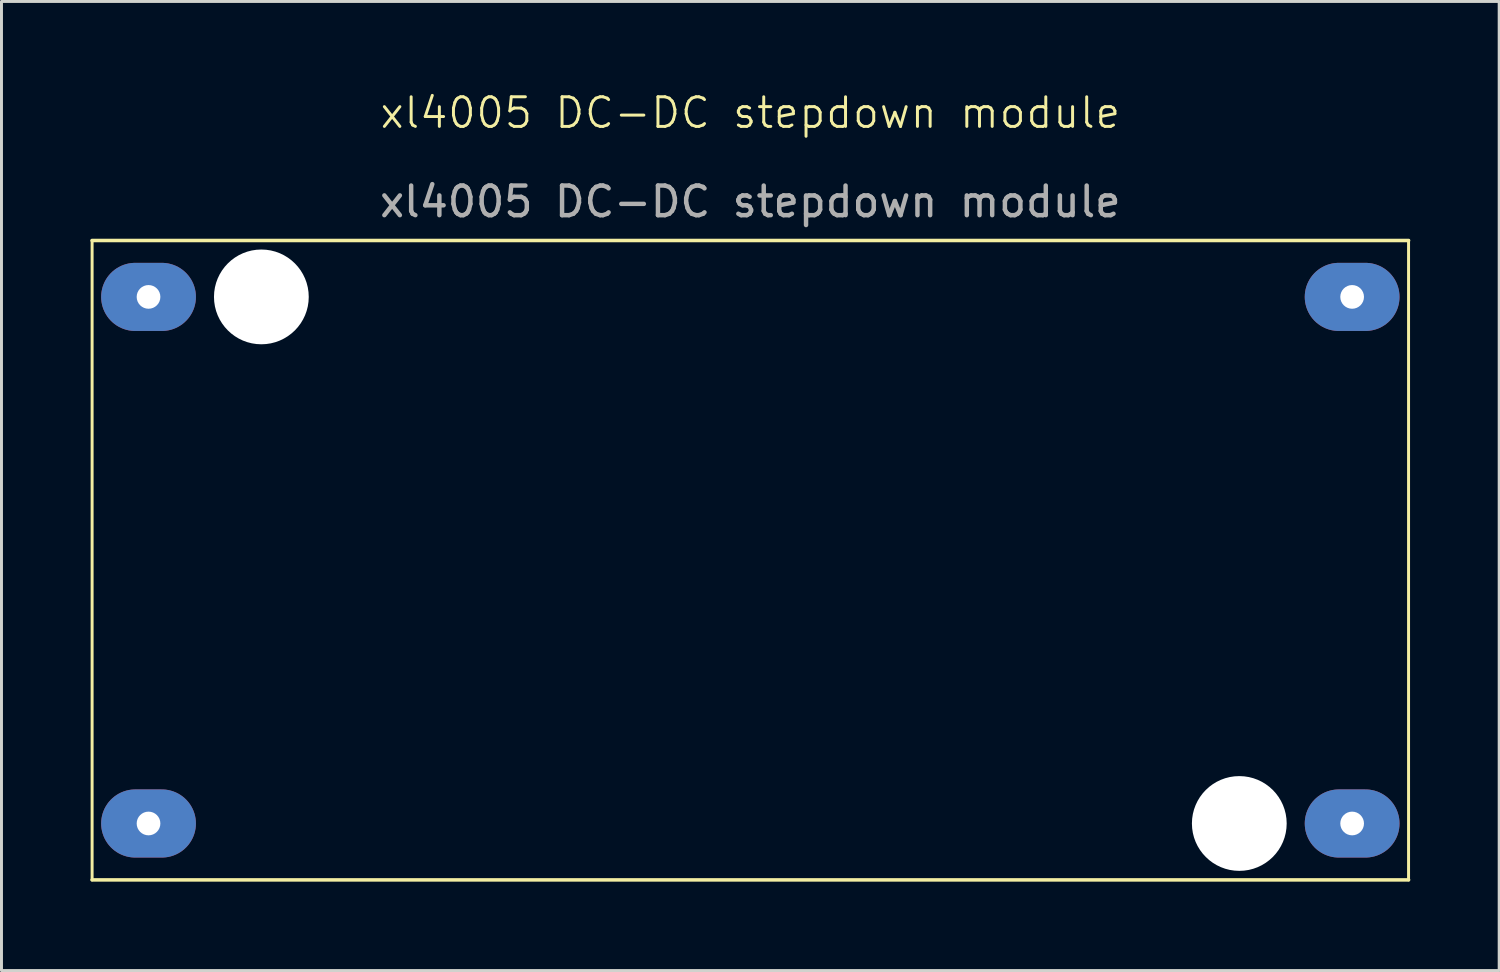
<source format=kicad_pcb>
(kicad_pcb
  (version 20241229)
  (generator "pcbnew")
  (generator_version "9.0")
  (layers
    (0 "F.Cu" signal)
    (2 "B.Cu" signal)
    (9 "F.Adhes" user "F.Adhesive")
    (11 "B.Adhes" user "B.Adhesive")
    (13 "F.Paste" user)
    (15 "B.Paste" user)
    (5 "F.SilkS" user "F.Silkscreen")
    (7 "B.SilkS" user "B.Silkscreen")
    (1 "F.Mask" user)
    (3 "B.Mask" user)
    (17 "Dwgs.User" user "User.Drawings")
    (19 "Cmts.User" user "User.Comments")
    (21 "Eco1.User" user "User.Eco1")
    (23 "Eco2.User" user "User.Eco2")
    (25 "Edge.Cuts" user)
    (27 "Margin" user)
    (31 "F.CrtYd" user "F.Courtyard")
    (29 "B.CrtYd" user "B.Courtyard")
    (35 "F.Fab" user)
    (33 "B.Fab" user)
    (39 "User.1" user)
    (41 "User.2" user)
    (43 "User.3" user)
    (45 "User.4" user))
  (footprint "xl4005 DC-DC stepdown module"
    (layer "F.Cu")
    (at 22.285 1.26)
    (property "Reference" "xl4005 DC-DC stepdown module" (at 0 -0.5 0) (unlocked yes) (layer "F.SilkS") (effects (font (size 1 1) (thickness 0.1))))
    (attr through_hole)
    (fp_line (start -22.225 3.81) (end -22.225 25.4) (stroke (width 0.1) (type solid)) (layer "F.SilkS"))
    (fp_line (start -22.225 3.81) (end 22.225 3.81) (stroke (width 0.12) (type solid)) (layer "F.SilkS"))
    (fp_line (start -22.225 25.4) (end 22.225 25.4) (stroke (width 0.12) (type solid)) (layer "F.SilkS"))
    (fp_line (start 22.225 3.81) (end 22.225 25.4) (stroke (width 0.1) (type solid)) (layer "F.SilkS"))
    (fp_text user "${REFERENCE}" (at 0 2.5 0) (unlocked yes) (layer "F.Fab") (effects (font (size 1 1) (thickness 0.15))))
    (pad "" np_thru_hole circle (at -16.51 5.715) (size 3.2 3.2) (drill 3.2) (layers "*.Cu" "*.Mask"))
    (pad "" np_thru_hole circle (at 16.51 23.495) (size 3.2 3.2) (drill 3.2) (layers "*.Cu" "*.Mask"))
    (pad "1" thru_hole oval (at -20.32 5.715 270) (size 2.3 3.2) (drill 0.8) (layers "*.Cu" "*.Mask"))
    (pad "2" thru_hole oval (at -20.32 23.495 270) (size 2.3 3.2) (drill 0.8) (layers "*.Cu" "*.Mask"))
    (pad "3" thru_hole oval (at 20.32 23.495 270) (size 2.3 3.2) (drill 0.8) (layers "*.Cu" "*.Mask"))
    (pad "4" thru_hole oval (at 20.32 5.715 270) (size 2.3 3.2) (drill 0.8) (layers "*.Cu" "*.Mask")))
  (gr_rect
    (start -3 -3)
    (end 47.57 29.721)
    (stroke (width 0.1) (type default))
    (fill no)
    (layer "Edge.Cuts")))
</source>
